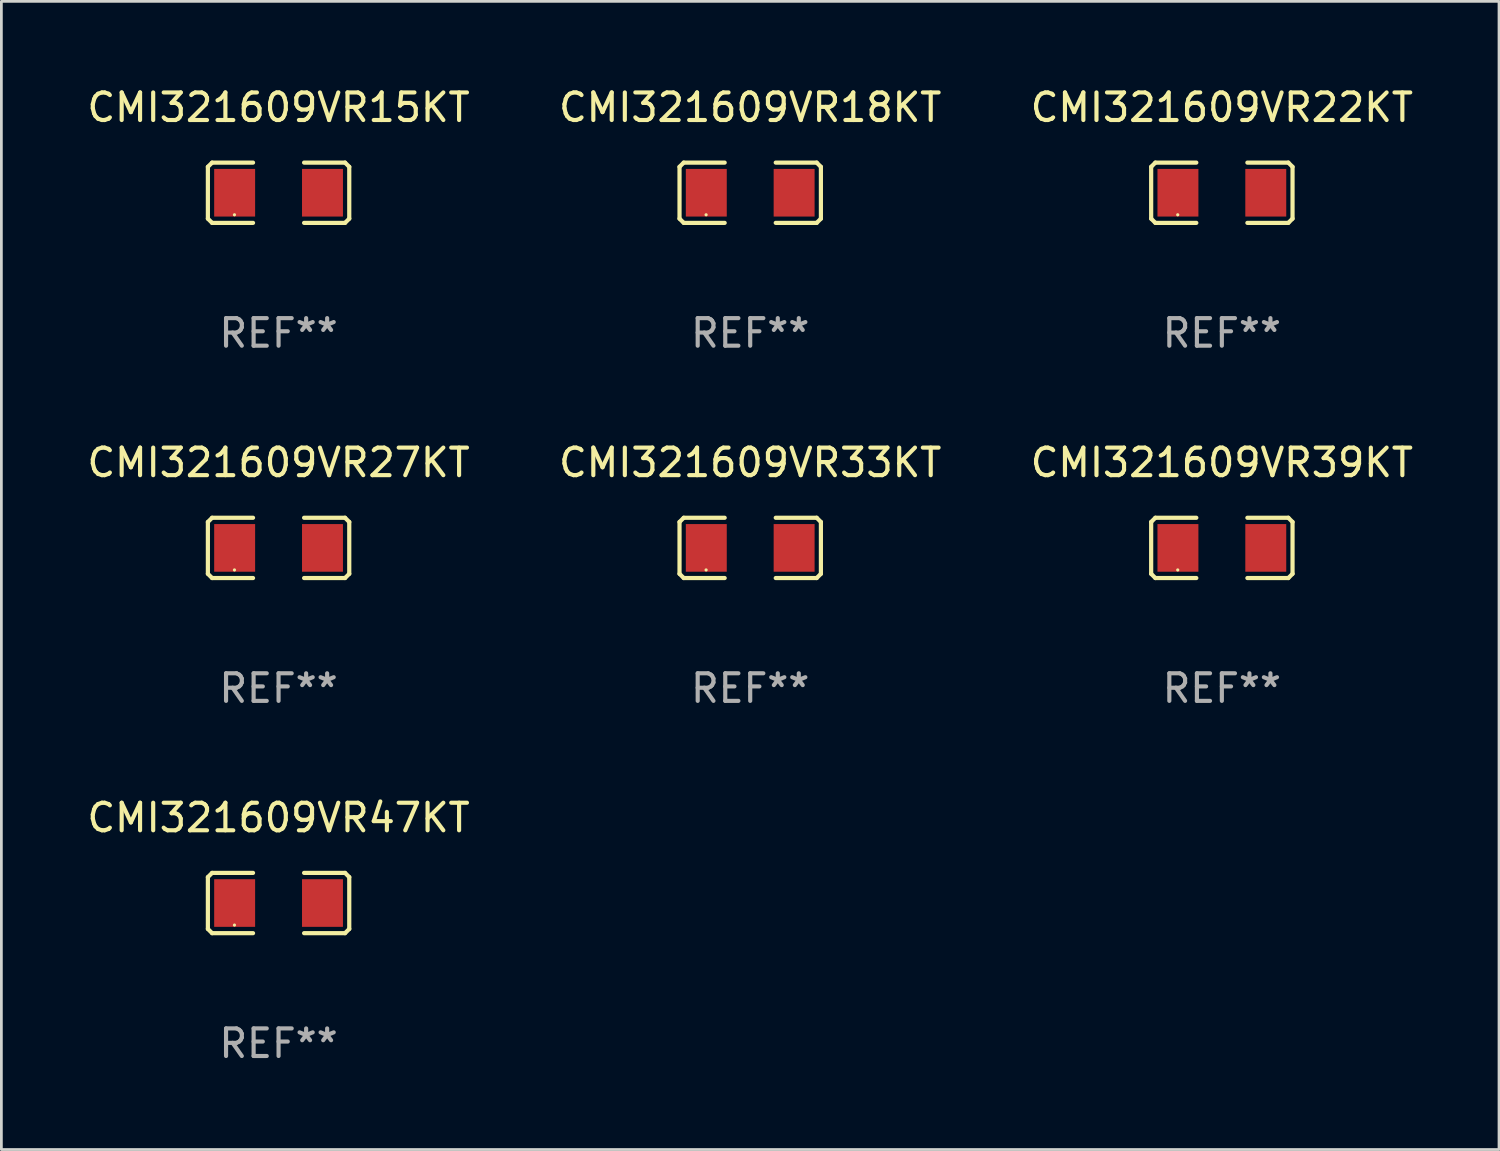
<source format=kicad_pcb>
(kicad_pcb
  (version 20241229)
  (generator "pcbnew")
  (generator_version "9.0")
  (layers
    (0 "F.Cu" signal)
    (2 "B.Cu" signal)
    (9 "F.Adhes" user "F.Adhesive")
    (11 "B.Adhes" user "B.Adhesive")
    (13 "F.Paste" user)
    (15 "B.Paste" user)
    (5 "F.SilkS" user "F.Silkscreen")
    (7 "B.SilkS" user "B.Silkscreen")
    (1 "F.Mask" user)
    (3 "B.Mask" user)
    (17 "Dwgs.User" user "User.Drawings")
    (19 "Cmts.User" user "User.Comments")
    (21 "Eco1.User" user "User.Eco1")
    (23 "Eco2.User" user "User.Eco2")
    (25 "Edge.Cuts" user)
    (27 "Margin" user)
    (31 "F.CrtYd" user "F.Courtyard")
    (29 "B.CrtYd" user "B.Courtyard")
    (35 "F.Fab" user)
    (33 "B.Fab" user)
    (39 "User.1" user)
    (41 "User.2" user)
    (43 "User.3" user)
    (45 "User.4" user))
  (footprint "CMI321609VR39KT"
    (layer "F.Cu")
    (at 41.268 16.823)
    (property "Reference" "CMI321609VR39KT" (at 0 -3.093 0) (layer "F.SilkS") (effects (font (size 1 1) (thickness 0.15))))
    (attr through_hole)
    (fp_line (start -2.564 -0.94) (end -2.411 -1.093) (stroke (width 0.152) (type solid)) (layer "F.SilkS"))
    (fp_line (start -2.564 0.94) (end -2.564 -0.94) (stroke (width 0.152) (type solid)) (layer "F.SilkS"))
    (fp_line (start -2.411 -1.093) (end -0.926 -1.093) (stroke (width 0.152) (type solid)) (layer "F.SilkS"))
    (fp_line (start -2.411 1.093) (end -2.564 0.94) (stroke (width 0.152) (type solid)) (layer "F.SilkS"))
    (fp_line (start -0.926 1.093) (end -2.411 1.093) (stroke (width 0.152) (type solid)) (layer "F.SilkS"))
    (fp_line (start 0.926 1.093) (end 2.411 1.093) (stroke (width 0.152) (type solid)) (layer "F.SilkS"))
    (fp_line (start 2.411 -1.093) (end 0.926 -1.093) (stroke (width 0.152) (type solid)) (layer "F.SilkS"))
    (fp_line (start 2.411 1.093) (end 2.564 0.94) (stroke (width 0.152) (type solid)) (layer "F.SilkS"))
    (fp_line (start 2.564 -0.94) (end 2.411 -1.093) (stroke (width 0.152) (type solid)) (layer "F.SilkS"))
    (fp_line (start 2.564 0.94) (end 2.564 -0.94) (stroke (width 0.152) (type solid)) (layer "F.SilkS"))
    (fp_circle (center -1.6 0.8) (end -1.57 0.8) (stroke (width 0.06) (type solid)) (fill no) (layer "F.SilkS"))
    (fp_text user "REF**" (at 0 5.093 0) (layer "F.Fab") (effects (font (size 1 1) (thickness 0.15))))
    (pad "1" smd rect (at -1.593 0) (size 1.485 1.728) (layers "F.Cu" "F.Mask" "F.Paste"))
    (pad "2" smd rect (at 1.593 0) (size 1.485 1.728) (layers "F.Cu" "F.Mask" "F.Paste")))
  (footprint "CMI321609VR15KT"
    (layer "F.Cu")
    (at 7.054 3.941)
    (property "Reference" "CMI321609VR15KT" (at 0 -3.093 0) (layer "F.SilkS") (effects (font (size 1 1) (thickness 0.15))))
    (attr through_hole)
    (fp_line (start -2.564 -0.94) (end -2.411 -1.093) (stroke (width 0.152) (type solid)) (layer "F.SilkS"))
    (fp_line (start -2.564 0.94) (end -2.564 -0.94) (stroke (width 0.152) (type solid)) (layer "F.SilkS"))
    (fp_line (start -2.411 -1.093) (end -0.926 -1.093) (stroke (width 0.152) (type solid)) (layer "F.SilkS"))
    (fp_line (start -2.411 1.093) (end -2.564 0.94) (stroke (width 0.152) (type solid)) (layer "F.SilkS"))
    (fp_line (start -0.926 1.093) (end -2.411 1.093) (stroke (width 0.152) (type solid)) (layer "F.SilkS"))
    (fp_line (start 0.926 1.093) (end 2.411 1.093) (stroke (width 0.152) (type solid)) (layer "F.SilkS"))
    (fp_line (start 2.411 -1.093) (end 0.926 -1.093) (stroke (width 0.152) (type solid)) (layer "F.SilkS"))
    (fp_line (start 2.411 1.093) (end 2.564 0.94) (stroke (width 0.152) (type solid)) (layer "F.SilkS"))
    (fp_line (start 2.564 -0.94) (end 2.411 -1.093) (stroke (width 0.152) (type solid)) (layer "F.SilkS"))
    (fp_line (start 2.564 0.94) (end 2.564 -0.94) (stroke (width 0.152) (type solid)) (layer "F.SilkS"))
    (fp_circle (center -1.6 0.8) (end -1.57 0.8) (stroke (width 0.06) (type solid)) (fill no) (layer "F.SilkS"))
    (fp_text user "REF**" (at 0 5.093 0) (layer "F.Fab") (effects (font (size 1 1) (thickness 0.15))))
    (pad "1" smd rect (at -1.593 0) (size 1.485 1.728) (layers "F.Cu" "F.Mask" "F.Paste"))
    (pad "2" smd rect (at 1.593 0) (size 1.485 1.728) (layers "F.Cu" "F.Mask" "F.Paste")))
  (footprint "CMI321609VR18KT"
    (layer "F.Cu")
    (at 24.161 3.941)
    (property "Reference" "CMI321609VR18KT" (at 0 -3.093 0) (layer "F.SilkS") (effects (font (size 1 1) (thickness 0.15))))
    (attr through_hole)
    (fp_line (start -2.564 -0.94) (end -2.411 -1.093) (stroke (width 0.152) (type solid)) (layer "F.SilkS"))
    (fp_line (start -2.564 0.94) (end -2.564 -0.94) (stroke (width 0.152) (type solid)) (layer "F.SilkS"))
    (fp_line (start -2.411 -1.093) (end -0.926 -1.093) (stroke (width 0.152) (type solid)) (layer "F.SilkS"))
    (fp_line (start -2.411 1.093) (end -2.564 0.94) (stroke (width 0.152) (type solid)) (layer "F.SilkS"))
    (fp_line (start -0.926 1.093) (end -2.411 1.093) (stroke (width 0.152) (type solid)) (layer "F.SilkS"))
    (fp_line (start 0.926 1.093) (end 2.411 1.093) (stroke (width 0.152) (type solid)) (layer "F.SilkS"))
    (fp_line (start 2.411 -1.093) (end 0.926 -1.093) (stroke (width 0.152) (type solid)) (layer "F.SilkS"))
    (fp_line (start 2.411 1.093) (end 2.564 0.94) (stroke (width 0.152) (type solid)) (layer "F.SilkS"))
    (fp_line (start 2.564 -0.94) (end 2.411 -1.093) (stroke (width 0.152) (type solid)) (layer "F.SilkS"))
    (fp_line (start 2.564 0.94) (end 2.564 -0.94) (stroke (width 0.152) (type solid)) (layer "F.SilkS"))
    (fp_circle (center -1.6 0.8) (end -1.57 0.8) (stroke (width 0.06) (type solid)) (fill no) (layer "F.SilkS"))
    (fp_text user "REF**" (at 0 5.093 0) (layer "F.Fab") (effects (font (size 1 1) (thickness 0.15))))
    (pad "1" smd rect (at -1.593 0) (size 1.485 1.728) (layers "F.Cu" "F.Mask" "F.Paste"))
    (pad "2" smd rect (at 1.593 0) (size 1.485 1.728) (layers "F.Cu" "F.Mask" "F.Paste")))
  (footprint "CMI321609VR33KT"
    (layer "F.Cu")
    (at 24.161 16.823)
    (property "Reference" "CMI321609VR33KT" (at 0 -3.093 0) (layer "F.SilkS") (effects (font (size 1 1) (thickness 0.15))))
    (attr through_hole)
    (fp_line (start -2.564 -0.94) (end -2.411 -1.093) (stroke (width 0.152) (type solid)) (layer "F.SilkS"))
    (fp_line (start -2.564 0.94) (end -2.564 -0.94) (stroke (width 0.152) (type solid)) (layer "F.SilkS"))
    (fp_line (start -2.411 -1.093) (end -0.926 -1.093) (stroke (width 0.152) (type solid)) (layer "F.SilkS"))
    (fp_line (start -2.411 1.093) (end -2.564 0.94) (stroke (width 0.152) (type solid)) (layer "F.SilkS"))
    (fp_line (start -0.926 1.093) (end -2.411 1.093) (stroke (width 0.152) (type solid)) (layer "F.SilkS"))
    (fp_line (start 0.926 1.093) (end 2.411 1.093) (stroke (width 0.152) (type solid)) (layer "F.SilkS"))
    (fp_line (start 2.411 -1.093) (end 0.926 -1.093) (stroke (width 0.152) (type solid)) (layer "F.SilkS"))
    (fp_line (start 2.411 1.093) (end 2.564 0.94) (stroke (width 0.152) (type solid)) (layer "F.SilkS"))
    (fp_line (start 2.564 -0.94) (end 2.411 -1.093) (stroke (width 0.152) (type solid)) (layer "F.SilkS"))
    (fp_line (start 2.564 0.94) (end 2.564 -0.94) (stroke (width 0.152) (type solid)) (layer "F.SilkS"))
    (fp_circle (center -1.6 0.8) (end -1.57 0.8) (stroke (width 0.06) (type solid)) (fill no) (layer "F.SilkS"))
    (fp_text user "REF**" (at 0 5.093 0) (layer "F.Fab") (effects (font (size 1 1) (thickness 0.15))))
    (pad "1" smd rect (at -1.593 0) (size 1.485 1.728) (layers "F.Cu" "F.Mask" "F.Paste"))
    (pad "2" smd rect (at 1.593 0) (size 1.485 1.728) (layers "F.Cu" "F.Mask" "F.Paste")))
  (footprint "CMI321609VR27KT"
    (layer "F.Cu")
    (at 7.054 16.823)
    (property "Reference" "CMI321609VR27KT" (at 0 -3.093 0) (layer "F.SilkS") (effects (font (size 1 1) (thickness 0.15))))
    (attr through_hole)
    (fp_line (start -2.564 -0.94) (end -2.411 -1.093) (stroke (width 0.152) (type solid)) (layer "F.SilkS"))
    (fp_line (start -2.564 0.94) (end -2.564 -0.94) (stroke (width 0.152) (type solid)) (layer "F.SilkS"))
    (fp_line (start -2.411 -1.093) (end -0.926 -1.093) (stroke (width 0.152) (type solid)) (layer "F.SilkS"))
    (fp_line (start -2.411 1.093) (end -2.564 0.94) (stroke (width 0.152) (type solid)) (layer "F.SilkS"))
    (fp_line (start -0.926 1.093) (end -2.411 1.093) (stroke (width 0.152) (type solid)) (layer "F.SilkS"))
    (fp_line (start 0.926 1.093) (end 2.411 1.093) (stroke (width 0.152) (type solid)) (layer "F.SilkS"))
    (fp_line (start 2.411 -1.093) (end 0.926 -1.093) (stroke (width 0.152) (type solid)) (layer "F.SilkS"))
    (fp_line (start 2.411 1.093) (end 2.564 0.94) (stroke (width 0.152) (type solid)) (layer "F.SilkS"))
    (fp_line (start 2.564 -0.94) (end 2.411 -1.093) (stroke (width 0.152) (type solid)) (layer "F.SilkS"))
    (fp_line (start 2.564 0.94) (end 2.564 -0.94) (stroke (width 0.152) (type solid)) (layer "F.SilkS"))
    (fp_circle (center -1.6 0.8) (end -1.57 0.8) (stroke (width 0.06) (type solid)) (fill no) (layer "F.SilkS"))
    (fp_text user "REF**" (at 0 5.093 0) (layer "F.Fab") (effects (font (size 1 1) (thickness 0.15))))
    (pad "1" smd rect (at -1.593 0) (size 1.485 1.728) (layers "F.Cu" "F.Mask" "F.Paste"))
    (pad "2" smd rect (at 1.593 0) (size 1.485 1.728) (layers "F.Cu" "F.Mask" "F.Paste")))
  (footprint "CMI321609VR22KT"
    (layer "F.Cu")
    (at 41.268 3.941)
    (property "Reference" "CMI321609VR22KT" (at 0 -3.093 0) (layer "F.SilkS") (effects (font (size 1 1) (thickness 0.15))))
    (attr through_hole)
    (fp_line (start -2.564 -0.94) (end -2.411 -1.093) (stroke (width 0.152) (type solid)) (layer "F.SilkS"))
    (fp_line (start -2.564 0.94) (end -2.564 -0.94) (stroke (width 0.152) (type solid)) (layer "F.SilkS"))
    (fp_line (start -2.411 -1.093) (end -0.926 -1.093) (stroke (width 0.152) (type solid)) (layer "F.SilkS"))
    (fp_line (start -2.411 1.093) (end -2.564 0.94) (stroke (width 0.152) (type solid)) (layer "F.SilkS"))
    (fp_line (start -0.926 1.093) (end -2.411 1.093) (stroke (width 0.152) (type solid)) (layer "F.SilkS"))
    (fp_line (start 0.926 1.093) (end 2.411 1.093) (stroke (width 0.152) (type solid)) (layer "F.SilkS"))
    (fp_line (start 2.411 -1.093) (end 0.926 -1.093) (stroke (width 0.152) (type solid)) (layer "F.SilkS"))
    (fp_line (start 2.411 1.093) (end 2.564 0.94) (stroke (width 0.152) (type solid)) (layer "F.SilkS"))
    (fp_line (start 2.564 -0.94) (end 2.411 -1.093) (stroke (width 0.152) (type solid)) (layer "F.SilkS"))
    (fp_line (start 2.564 0.94) (end 2.564 -0.94) (stroke (width 0.152) (type solid)) (layer "F.SilkS"))
    (fp_circle (center -1.6 0.8) (end -1.57 0.8) (stroke (width 0.06) (type solid)) (fill no) (layer "F.SilkS"))
    (fp_text user "REF**" (at 0 5.093 0) (layer "F.Fab") (effects (font (size 1 1) (thickness 0.15))))
    (pad "1" smd rect (at -1.593 0) (size 1.485 1.728) (layers "F.Cu" "F.Mask" "F.Paste"))
    (pad "2" smd rect (at 1.593 0) (size 1.485 1.728) (layers "F.Cu" "F.Mask" "F.Paste")))
  (footprint "CMI321609VR47KT"
    (layer "F.Cu")
    (at 7.054 29.704)
    (property "Reference" "CMI321609VR47KT" (at 0 -3.093 0) (layer "F.SilkS") (effects (font (size 1 1) (thickness 0.15))))
    (attr through_hole)
    (fp_line (start -2.564 -0.94) (end -2.411 -1.093) (stroke (width 0.152) (type solid)) (layer "F.SilkS"))
    (fp_line (start -2.564 0.94) (end -2.564 -0.94) (stroke (width 0.152) (type solid)) (layer "F.SilkS"))
    (fp_line (start -2.411 -1.093) (end -0.926 -1.093) (stroke (width 0.152) (type solid)) (layer "F.SilkS"))
    (fp_line (start -2.411 1.093) (end -2.564 0.94) (stroke (width 0.152) (type solid)) (layer "F.SilkS"))
    (fp_line (start -0.926 1.093) (end -2.411 1.093) (stroke (width 0.152) (type solid)) (layer "F.SilkS"))
    (fp_line (start 0.926 1.093) (end 2.411 1.093) (stroke (width 0.152) (type solid)) (layer "F.SilkS"))
    (fp_line (start 2.411 -1.093) (end 0.926 -1.093) (stroke (width 0.152) (type solid)) (layer "F.SilkS"))
    (fp_line (start 2.411 1.093) (end 2.564 0.94) (stroke (width 0.152) (type solid)) (layer "F.SilkS"))
    (fp_line (start 2.564 -0.94) (end 2.411 -1.093) (stroke (width 0.152) (type solid)) (layer "F.SilkS"))
    (fp_line (start 2.564 0.94) (end 2.564 -0.94) (stroke (width 0.152) (type solid)) (layer "F.SilkS"))
    (fp_circle (center -1.6 0.8) (end -1.57 0.8) (stroke (width 0.06) (type solid)) (fill no) (layer "F.SilkS"))
    (fp_text user "REF**" (at 0 5.093 0) (layer "F.Fab") (effects (font (size 1 1) (thickness 0.15))))
    (pad "1" smd rect (at -1.593 0) (size 1.485 1.728) (layers "F.Cu" "F.Mask" "F.Paste"))
    (pad "2" smd rect (at 1.593 0) (size 1.485 1.728) (layers "F.Cu" "F.Mask" "F.Paste")))
  (gr_rect
    (start -3 -3)
    (end 51.321 38.645)
    (stroke (width 0.1) (type default))
    (fill no)
    (layer "Edge.Cuts")))
</source>
